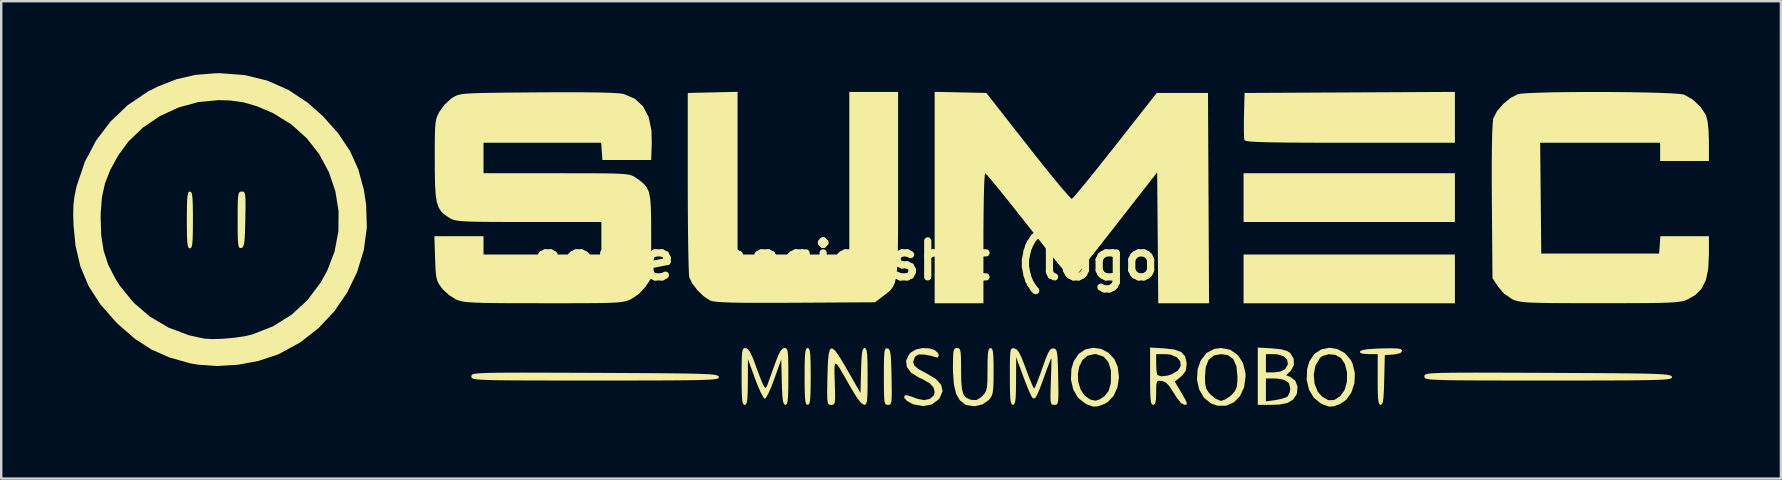
<source format=kicad_pcb>
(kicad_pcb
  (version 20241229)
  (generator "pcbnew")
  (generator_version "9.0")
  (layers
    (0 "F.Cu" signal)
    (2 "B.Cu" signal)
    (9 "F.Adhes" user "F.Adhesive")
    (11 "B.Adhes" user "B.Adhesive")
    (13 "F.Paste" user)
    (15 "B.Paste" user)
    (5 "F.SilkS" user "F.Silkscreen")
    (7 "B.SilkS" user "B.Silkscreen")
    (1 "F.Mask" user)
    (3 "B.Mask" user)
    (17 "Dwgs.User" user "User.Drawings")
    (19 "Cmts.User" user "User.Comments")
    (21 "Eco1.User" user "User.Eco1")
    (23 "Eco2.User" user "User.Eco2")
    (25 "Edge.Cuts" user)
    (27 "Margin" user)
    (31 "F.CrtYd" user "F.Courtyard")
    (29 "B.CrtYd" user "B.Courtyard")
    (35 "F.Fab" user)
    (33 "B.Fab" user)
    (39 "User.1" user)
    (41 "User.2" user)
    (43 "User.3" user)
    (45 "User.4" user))
  (footprint "some magic shit (logo)"
    (layer "F.Cu")
    (at 32.674 7.808)
    (property "Reference" "some magic shit (logo)" (at 0 0 0) (layer "F.SilkS") (effects (font (size 1.5 1.5) (thickness 0.3))))
    (attr board_only exclude_from_pos_files exclude_from_bom)
    (fp_poly (pts (xy 24.892 -2.625) (xy 24.892 -1.609) (xy 20.489 -1.609) (xy 16.087 -1.609) (xy 16.087 -2.625) (xy 16.087 -3.641) (xy 20.489 -3.641) (xy 24.892 -3.641)) (stroke (width 0) (type solid)) (fill yes) (layer "F.SilkS"))
    (fp_poly (pts (xy 24.892 0.762) (xy 24.892 1.778) (xy 20.489 1.778) (xy 16.087 1.778) (xy 16.087 0.762) (xy 16.087 -0.254) (xy 20.489 -0.254) (xy 24.892 -0.254)) (stroke (width 0) (type solid)) (fill yes) (layer "F.SilkS"))
    (fp_poly (pts (xy 24.892 -5.97) (xy 24.892 -4.911) (xy 20.529 -4.911) (xy 19.526 -4.911) (xy 18.681 -4.914) (xy 17.98 -4.918) (xy 17.413 -4.925) (xy 16.967 -4.934) (xy 16.629 -4.946) (xy 16.387 -4.961) (xy 16.231 -4.98) (xy 16.146 -5.002) (xy 16.123 -5.022) (xy 16.108 -5.148) (xy 16.1 -5.404) (xy 16.099 -5.749) (xy 16.105 -6.059) (xy 16.129 -6.985) (xy 20.511 -7.007) (xy 24.892 -7.029)) (stroke (width 0) (type solid)) (fill yes) (layer "F.SilkS"))
    (fp_poly (pts (xy -27.762 -2.855) (xy -27.726 -2.768) (xy -27.703 -2.592) (xy -27.691 -2.305) (xy -27.686 -1.881) (xy -27.686 -1.693) (xy -27.689 -1.215) (xy -27.698 -0.882) (xy -27.717 -0.67) (xy -27.747 -0.554) (xy -27.793 -0.511) (xy -27.813 -0.508) (xy -27.864 -0.532) (xy -27.9 -0.619) (xy -27.923 -0.794) (xy -27.935 -1.082) (xy -27.94 -1.506) (xy -27.94 -1.693) (xy -27.937 -2.171) (xy -27.928 -2.504) (xy -27.909 -2.717) (xy -27.879 -2.832) (xy -27.833 -2.876) (xy -27.813 -2.879)) (stroke (width 0) (type solid)) (fill yes) (layer "F.SilkS"))
    (fp_poly (pts (xy -2.023 3.664) (xy -1.987 3.752) (xy -1.965 3.927) (xy -1.952 4.214) (xy -1.948 4.638) (xy -1.947 4.826) (xy -1.95 5.304) (xy -1.959 5.637) (xy -1.978 5.849) (xy -2.009 5.965) (xy -2.054 6.009) (xy -2.074 6.011) (xy -2.126 5.988) (xy -2.161 5.9) (xy -2.184 5.725) (xy -2.196 5.438) (xy -2.201 5.014) (xy -2.201 4.826) (xy -2.199 4.348) (xy -2.189 4.015) (xy -2.171 3.803) (xy -2.14 3.687) (xy -2.094 3.643) (xy -2.074 3.641)) (stroke (width 0) (type solid)) (fill yes) (layer "F.SilkS"))
    (fp_poly (pts (xy -25.583 -2.871) (xy -25.537 -2.83) (xy -25.509 -2.73) (xy -25.496 -2.544) (xy -25.494 -2.246) (xy -25.502 -1.809) (xy -25.503 -1.716) (xy -25.515 -1.247) (xy -25.53 -0.921) (xy -25.553 -0.711) (xy -25.587 -0.593) (xy -25.635 -0.538) (xy -25.675 -0.524) (xy -25.734 -0.526) (xy -25.775 -0.574) (xy -25.801 -0.694) (xy -25.816 -0.91) (xy -25.822 -1.247) (xy -25.823 -1.687) (xy -25.822 -2.157) (xy -25.816 -2.484) (xy -25.801 -2.694) (xy -25.774 -2.812) (xy -25.731 -2.865) (xy -25.668 -2.878) (xy -25.652 -2.879)) (stroke (width 0) (type solid)) (fill yes) (layer "F.SilkS"))
    (fp_poly (pts (xy 1.309 3.685) (xy 1.352 3.761) (xy 1.381 3.911) (xy 1.4 4.161) (xy 1.414 4.538) (xy 1.421 4.848) (xy 1.429 5.312) (xy 1.429 5.632) (xy 1.419 5.836) (xy 1.393 5.95) (xy 1.35 5.999) (xy 1.286 6.011) (xy 1.272 6.011) (xy 1.205 6.003) (xy 1.157 5.961) (xy 1.127 5.859) (xy 1.11 5.671) (xy 1.103 5.371) (xy 1.101 4.934) (xy 1.101 4.82) (xy 1.102 4.348) (xy 1.109 4.021) (xy 1.125 3.814) (xy 1.152 3.701) (xy 1.194 3.657) (xy 1.249 3.657)) (stroke (width 0) (type solid)) (fill yes) (layer "F.SilkS"))
    (fp_poly (pts (xy 22.484 3.659) (xy 22.627 3.683) (xy 22.685 3.729) (xy 22.691 3.76) (xy 22.622 3.853) (xy 22.406 3.904) (xy 22.331 3.911) (xy 21.971 3.937) (xy 21.947 4.974) (xy 21.934 5.421) (xy 21.914 5.723) (xy 21.886 5.905) (xy 21.844 5.993) (xy 21.799 6.011) (xy 21.746 5.985) (xy 21.71 5.888) (xy 21.688 5.696) (xy 21.677 5.383) (xy 21.675 4.953) (xy 21.675 3.895) (xy 21.287 3.895) (xy 21.035 3.878) (xy 20.934 3.826) (xy 20.934 3.789) (xy 21.024 3.732) (xy 21.257 3.691) (xy 21.646 3.665) (xy 21.83 3.659) (xy 22.227 3.652)) (stroke (width 0) (type solid)) (fill yes) (layer "F.SilkS"))
    (fp_poly (pts (xy 19.992 3.683) (xy 20.304 3.853) (xy 20.552 4.139) (xy 20.627 4.287) (xy 20.724 4.69) (xy 20.706 5.104) (xy 20.584 5.486) (xy 20.372 5.794) (xy 20.114 5.972) (xy 19.851 6.068) (xy 19.654 6.082) (xy 19.441 6.013) (xy 19.304 5.948) (xy 19.012 5.713) (xy 18.812 5.37) (xy 18.716 4.959) (xy 18.726 4.743) (xy 19.012 4.743) (xy 19.045 5.127) (xy 19.182 5.467) (xy 19.36 5.668) (xy 19.622 5.816) (xy 19.86 5.809) (xy 20.112 5.649) (xy 20.298 5.387) (xy 20.394 5.039) (xy 20.398 4.66) (xy 20.309 4.308) (xy 20.149 4.062) (xy 19.916 3.929) (xy 19.633 3.899) (xy 19.374 3.973) (xy 19.271 4.054) (xy 19.086 4.368) (xy 19.012 4.743) (xy 18.726 4.743) (xy 18.735 4.519) (xy 18.829 4.199) (xy 19.037 3.887) (xy 19.324 3.699) (xy 19.654 3.631)) (stroke (width 0) (type solid)) (fill yes) (layer "F.SilkS"))
    (fp_poly (pts (xy 10.154 3.679) (xy 10.46 3.84) (xy 10.706 4.108) (xy 10.843 4.422) (xy 10.896 4.858) (xy 10.834 5.276) (xy 10.672 5.636) (xy 10.423 5.899) (xy 10.284 5.976) (xy 10.024 6.07) (xy 9.827 6.082) (xy 9.609 6.009) (xy 9.483 5.948) (xy 9.19 5.713) (xy 8.991 5.37) (xy 8.895 4.959) (xy 8.905 4.731) (xy 9.184 4.731) (xy 9.202 5.059) (xy 9.296 5.368) (xy 9.463 5.623) (xy 9.702 5.79) (xy 9.922 5.836) (xy 10.081 5.788) (xy 10.274 5.662) (xy 10.291 5.649) (xy 10.463 5.433) (xy 10.551 5.131) (xy 10.56 5.061) (xy 10.563 4.59) (xy 10.46 4.233) (xy 10.254 4) (xy 9.951 3.898) (xy 9.87 3.895) (xy 9.582 3.964) (xy 9.372 4.149) (xy 9.24 4.416) (xy 9.184 4.731) (xy 8.905 4.731) (xy 8.914 4.519) (xy 9.008 4.199) (xy 9.215 3.887) (xy 9.497 3.699) (xy 9.822 3.631)) (stroke (width 0) (type solid)) (fill yes) (layer "F.SilkS"))
    (fp_poly (pts (xy 15.536 3.717) (xy 15.845 3.932) (xy 16.061 4.261) (xy 16.165 4.682) (xy 16.171 4.825) (xy 16.11 5.275) (xy 15.94 5.64) (xy 15.685 5.903) (xy 15.367 6.045) (xy 15.01 6.048) (xy 14.732 5.951) (xy 14.434 5.71) (xy 14.236 5.365) (xy 14.146 4.957) (xy 14.153 4.844) (xy 14.478 4.844) (xy 14.489 5.145) (xy 14.535 5.343) (xy 14.638 5.501) (xy 14.725 5.595) (xy 14.926 5.753) (xy 15.116 5.837) (xy 15.155 5.842) (xy 15.329 5.784) (xy 15.535 5.642) (xy 15.585 5.595) (xy 15.728 5.43) (xy 15.803 5.262) (xy 15.83 5.025) (xy 15.833 4.844) (xy 15.791 4.406) (xy 15.662 4.109) (xy 15.44 3.941) (xy 15.155 3.895) (xy 14.843 3.953) (xy 14.631 4.133) (xy 14.511 4.445) (xy 14.478 4.844) (xy 14.153 4.844) (xy 14.174 4.524) (xy 14.302 4.162) (xy 14.545 3.847) (xy 14.879 3.675) (xy 15.155 3.641)) (stroke (width 0) (type solid)) (fill yes) (layer "F.SilkS"))
    (fp_poly (pts (xy -4.995 -3.643) (xy -4.995 -0.254) (xy -2.667 -0.254) (xy -0.339 -0.254) (xy -0.339 -3.641) (xy -0.339 -7.027) (xy 0.677 -7.027) (xy 1.693 -7.027) (xy 1.693 -3.154) (xy 1.693 -2.21) (xy 1.692 -1.42) (xy 1.688 -0.768) (xy 1.679 -0.24) (xy 1.662 0.181) (xy 1.636 0.51) (xy 1.598 0.762) (xy 1.546 0.953) (xy 1.478 1.098) (xy 1.392 1.213) (xy 1.286 1.313) (xy 1.158 1.413) (xy 1.051 1.493) (xy 0.733 1.736) (xy -2.576 1.755) (xy -3.459 1.759) (xy -4.188 1.759) (xy -4.777 1.756) (xy -5.24 1.748) (xy -5.593 1.735) (xy -5.85 1.717) (xy -6.025 1.694) (xy -6.133 1.665) (xy -6.14 1.662) (xy -6.403 1.49) (xy -6.672 1.228) (xy -6.892 0.936) (xy -7.005 0.697) (xy -7.019 0.566) (xy -7.031 0.283) (xy -7.042 -0.131) (xy -7.052 -0.659) (xy -7.06 -1.283) (xy -7.066 -1.983) (xy -7.069 -2.741) (xy -7.07 -3.26) (xy -7.07 -6.985) (xy -6.032 -7.009) (xy -4.995 -7.033)) (stroke (width 0) (type solid)) (fill yes) (layer "F.SilkS"))
    (fp_poly (pts (xy 2.986 3.655) (xy 3.219 3.727) (xy 3.363 3.855) (xy 3.387 3.949) (xy 3.344 4.039) (xy 3.239 4.017) (xy 3.055 3.963) (xy 2.806 3.918) (xy 2.78 3.915) (xy 2.553 3.91) (xy 2.424 3.981) (xy 2.378 4.05) (xy 2.321 4.224) (xy 2.369 4.372) (xy 2.542 4.519) (xy 2.857 4.689) (xy 2.874 4.697) (xy 3.267 4.931) (xy 3.49 5.178) (xy 3.546 5.439) (xy 3.432 5.713) (xy 3.365 5.798) (xy 3.089 5.995) (xy 2.736 6.061) (xy 2.346 5.991) (xy 2.265 5.96) (xy 2.065 5.846) (xy 1.955 5.727) (xy 1.947 5.696) (xy 1.968 5.622) (xy 2.049 5.608) (xy 2.224 5.655) (xy 2.498 5.758) (xy 2.777 5.812) (xy 3.019 5.76) (xy 3.179 5.621) (xy 3.217 5.476) (xy 3.17 5.284) (xy 3.012 5.114) (xy 2.721 4.944) (xy 2.556 4.869) (xy 2.236 4.671) (xy 2.058 4.428) (xy 2.028 4.164) (xy 2.155 3.902) (xy 2.228 3.825) (xy 2.444 3.699) (xy 2.712 3.644)) (stroke (width 0) (type solid)) (fill yes) (layer "F.SilkS"))
    (fp_poly (pts (xy 0.349 3.666) (xy 0.384 3.759) (xy 0.407 3.942) (xy 0.419 4.24) (xy 0.423 4.677) (xy 0.423 4.826) (xy 0.422 5.297) (xy 0.414 5.625) (xy 0.398 5.835) (xy 0.369 5.952) (xy 0.325 6.002) (xy 0.275 6.011) (xy 0.151 5.932) (xy -0.031 5.695) (xy -0.273 5.299) (xy -0.314 5.228) (xy -0.565 4.782) (xy -0.743 4.48) (xy -0.86 4.318) (xy -0.927 4.294) (xy -0.956 4.406) (xy -0.958 4.65) (xy -0.946 5.023) (xy -0.945 5.076) (xy -0.932 5.484) (xy -0.931 5.752) (xy -0.946 5.909) (xy -0.982 5.985) (xy -1.043 6.009) (xy -1.094 6.011) (xy -1.166 6.005) (xy -1.215 5.969) (xy -1.245 5.876) (xy -1.259 5.701) (xy -1.261 5.417) (xy -1.254 4.997) (xy -1.251 4.848) (xy -1.234 4.302) (xy -1.203 3.923) (xy -1.149 3.706) (xy -1.061 3.65) (xy -0.93 3.751) (xy -0.748 4.005) (xy -0.505 4.411) (xy -0.411 4.575) (xy 0.127 5.518) (xy 0.151 4.579) (xy 0.166 4.157) (xy 0.187 3.878) (xy 0.22 3.717) (xy 0.267 3.648) (xy 0.299 3.641)) (stroke (width 0) (type solid)) (fill yes) (layer "F.SilkS"))
    (fp_poly (pts (xy 5.602 3.667) (xy 5.639 3.763) (xy 5.661 3.955) (xy 5.671 4.269) (xy 5.673 4.61) (xy 5.67 5.036) (xy 5.658 5.328) (xy 5.63 5.524) (xy 5.582 5.659) (xy 5.506 5.769) (xy 5.482 5.798) (xy 5.216 5.988) (xy 4.885 6.068) (xy 4.558 6.023) (xy 4.487 5.992) (xy 4.266 5.819) (xy 4.113 5.554) (xy 4.021 5.175) (xy 3.982 4.66) (xy 3.979 4.466) (xy 3.982 4.087) (xy 3.993 3.845) (xy 4.02 3.711) (xy 4.069 3.653) (xy 4.146 3.641) (xy 4.149 3.641) (xy 4.223 3.652) (xy 4.272 3.704) (xy 4.3 3.827) (xy 4.314 4.051) (xy 4.318 4.405) (xy 4.318 4.556) (xy 4.325 5.024) (xy 4.355 5.353) (xy 4.416 5.569) (xy 4.518 5.702) (xy 4.673 5.779) (xy 4.758 5.803) (xy 4.958 5.81) (xy 5.142 5.699) (xy 5.203 5.642) (xy 5.299 5.535) (xy 5.362 5.421) (xy 5.398 5.262) (xy 5.414 5.02) (xy 5.419 4.657) (xy 5.419 4.534) (xy 5.423 4.127) (xy 5.437 3.862) (xy 5.465 3.711) (xy 5.512 3.648) (xy 5.546 3.641)) (stroke (width 0) (type solid)) (fill yes) (layer "F.SilkS"))
    (fp_poly (pts (xy 17.266 3.655) (xy 17.654 3.695) (xy 17.909 3.769) (xy 18.028 3.847) (xy 18.174 4.08) (xy 18.184 4.349) (xy 18.057 4.591) (xy 18.029 4.619) (xy 17.855 4.776) (xy 18.03 4.841) (xy 18.238 4.999) (xy 18.337 5.248) (xy 18.309 5.535) (xy 18.294 5.573) (xy 18.154 5.789) (xy 17.928 5.926) (xy 17.59 5.996) (xy 17.226 6.011) (xy 16.679 6.011) (xy 16.679 4.911) (xy 17.018 4.911) (xy 17.018 5.388) (xy 17.018 5.865) (xy 17.412 5.811) (xy 17.673 5.759) (xy 17.872 5.691) (xy 17.92 5.662) (xy 18.004 5.512) (xy 18.034 5.327) (xy 17.976 5.104) (xy 17.793 4.969) (xy 17.473 4.913) (xy 17.362 4.911) (xy 17.018 4.911) (xy 16.679 4.911) (xy 16.679 4.816) (xy 16.679 3.895) (xy 17.018 3.895) (xy 17.018 4.276) (xy 17.018 4.657) (xy 17.351 4.657) (xy 17.613 4.622) (xy 17.803 4.536) (xy 17.816 4.524) (xy 17.936 4.321) (xy 17.906 4.132) (xy 17.747 3.983) (xy 17.48 3.902) (xy 17.351 3.895) (xy 17.018 3.895) (xy 16.679 3.895) (xy 16.679 3.622)) (stroke (width 0) (type solid)) (fill yes) (layer "F.SilkS"))
    (fp_poly (pts (xy -13.218 4.669) (xy -12.372 4.671) (xy -11.373 4.675) (xy -10.944 4.677) (xy -9.881 4.682) (xy -8.975 4.687) (xy -8.213 4.692) (xy -7.583 4.698) (xy -7.072 4.705) (xy -6.667 4.715) (xy -6.357 4.726) (xy -6.129 4.739) (xy -5.969 4.756) (xy -5.866 4.776) (xy -5.807 4.8) (xy -5.78 4.828) (xy -5.773 4.847) (xy -5.775 4.878) (xy -5.801 4.904) (xy -5.863 4.926) (xy -5.974 4.944) (xy -6.146 4.958) (xy -6.391 4.97) (xy -6.722 4.979) (xy -7.152 4.985) (xy -7.692 4.99) (xy -8.356 4.993) (xy -9.154 4.995) (xy -10.1 4.995) (xy -10.916 4.995) (xy -11.979 4.995) (xy -12.886 4.995) (xy -13.648 4.993) (xy -14.279 4.991) (xy -14.79 4.986) (xy -15.195 4.98) (xy -15.505 4.97) (xy -15.733 4.958) (xy -15.892 4.943) (xy -15.995 4.924) (xy -16.053 4.901) (xy -16.079 4.873) (xy -16.086 4.84) (xy -16.087 4.825) (xy -16.084 4.79) (xy -16.067 4.761) (xy -16.024 4.736) (xy -15.941 4.715) (xy -15.808 4.699) (xy -15.609 4.687) (xy -15.335 4.678) (xy -14.971 4.672) (xy -14.505 4.668) (xy -13.925 4.667)) (stroke (width 0) (type solid)) (fill yes) (layer "F.SilkS"))
    (fp_poly (pts (xy 26.491 4.669) (xy 27.337 4.671) (xy 28.335 4.675) (xy 28.764 4.677) (xy 29.827 4.682) (xy 30.734 4.687) (xy 31.496 4.692) (xy 32.126 4.698) (xy 32.637 4.705) (xy 33.041 4.715) (xy 33.352 4.726) (xy 33.58 4.739) (xy 33.74 4.756) (xy 33.842 4.776) (xy 33.901 4.8) (xy 33.929 4.828) (xy 33.935 4.847) (xy 33.934 4.878) (xy 33.908 4.904) (xy 33.846 4.926) (xy 33.735 4.944) (xy 33.563 4.958) (xy 33.318 4.97) (xy 32.986 4.979) (xy 32.557 4.985) (xy 32.016 4.99) (xy 31.353 4.993) (xy 30.555 4.995) (xy 29.608 4.995) (xy 28.793 4.995) (xy 27.729 4.995) (xy 26.823 4.995) (xy 26.06 4.993) (xy 25.43 4.991) (xy 24.918 4.986) (xy 24.514 4.98) (xy 24.204 4.97) (xy 23.975 4.958) (xy 23.816 4.943) (xy 23.714 4.924) (xy 23.656 4.901) (xy 23.629 4.873) (xy 23.622 4.84) (xy 23.622 4.825) (xy 23.625 4.79) (xy 23.642 4.761) (xy 23.685 4.736) (xy 23.767 4.715) (xy 23.901 4.699) (xy 24.099 4.687) (xy 24.374 4.678) (xy 24.738 4.672) (xy 25.204 4.668) (xy 25.784 4.667)) (stroke (width 0) (type solid)) (fill yes) (layer "F.SilkS"))
    (fp_poly (pts (xy 12.778 3.655) (xy 13.205 3.705) (xy 13.489 3.809) (xy 13.651 3.983) (xy 13.713 4.242) (xy 13.716 4.325) (xy 13.68 4.586) (xy 13.542 4.778) (xy 13.468 4.841) (xy 13.22 5.038) (xy 13.508 5.524) (xy 13.656 5.783) (xy 13.722 5.93) (xy 13.713 5.996) (xy 13.637 6.011) (xy 13.633 6.011) (xy 13.48 5.932) (xy 13.289 5.691) (xy 13.186 5.524) (xy 13.003 5.239) (xy 12.851 5.08) (xy 12.699 5.014) (xy 12.674 5.011) (xy 12.548 5.004) (xy 12.48 5.045) (xy 12.452 5.172) (xy 12.446 5.423) (xy 12.446 5.498) (xy 12.436 5.795) (xy 12.402 5.955) (xy 12.336 6.01) (xy 12.319 6.011) (xy 12.268 5.988) (xy 12.232 5.901) (xy 12.21 5.726) (xy 12.197 5.44) (xy 12.192 5.017) (xy 12.192 4.816) (xy 12.192 3.895) (xy 12.446 3.895) (xy 12.446 4.304) (xy 12.457 4.555) (xy 12.484 4.729) (xy 12.502 4.77) (xy 12.664 4.823) (xy 12.924 4.79) (xy 13.095 4.736) (xy 13.354 4.58) (xy 13.469 4.388) (xy 13.449 4.193) (xy 13.305 4.025) (xy 13.047 3.917) (xy 12.821 3.895) (xy 12.446 3.895) (xy 12.192 3.895) (xy 12.192 3.622)) (stroke (width 0) (type solid)) (fill yes) (layer "F.SilkS"))
    (fp_poly (pts (xy 4.294 -7.009) (xy 5.371 -6.985) (xy 7.109 -4.766) (xy 7.527 -4.237) (xy 7.913 -3.755) (xy 8.255 -3.335) (xy 8.542 -2.992) (xy 8.759 -2.741) (xy 8.894 -2.598) (xy 8.932 -2.571) (xy 9.003 -2.64) (xy 9.165 -2.828) (xy 9.406 -3.118) (xy 9.712 -3.493) (xy 10.07 -3.939) (xy 10.468 -4.44) (xy 10.744 -4.789) (xy 12.471 -6.985) (xy 13.538 -6.985) (xy 14.605 -6.985) (xy 14.627 -2.603) (xy 14.649 1.778) (xy 13.591 1.778) (xy 12.533 1.778) (xy 12.511 -0.95) (xy 12.488 -3.678) (xy 10.804 -1.522) (xy 10.391 -0.994) (xy 10.009 -0.506) (xy 9.67 -0.075) (xy 9.388 0.283) (xy 9.176 0.55) (xy 9.048 0.71) (xy 9.017 0.747) (xy 8.97 0.755) (xy 8.887 0.704) (xy 8.758 0.582) (xy 8.574 0.378) (xy 8.324 0.082) (xy 8 -0.318) (xy 7.592 -0.832) (xy 7.154 -1.391) (xy 6.734 -1.924) (xy 6.346 -2.413) (xy 6.002 -2.84) (xy 5.715 -3.192) (xy 5.498 -3.452) (xy 5.362 -3.605) (xy 5.321 -3.641) (xy 5.304 -3.559) (xy 5.288 -3.329) (xy 5.274 -2.969) (xy 5.263 -2.5) (xy 5.255 -1.941) (xy 5.25 -1.314) (xy 5.249 -0.931) (xy 5.249 1.778) (xy 4.233 1.778) (xy 3.217 1.778) (xy 3.217 -2.627) (xy 3.217 -7.032)) (stroke (width 0) (type solid)) (fill yes) (layer "F.SilkS"))
    (fp_poly (pts (xy -2.976 3.651) (xy -2.931 3.701) (xy -2.903 3.815) (xy -2.887 4.019) (xy -2.88 4.34) (xy -2.879 4.803) (xy -2.879 4.826) (xy -2.881 5.306) (xy -2.891 5.64) (xy -2.91 5.853) (xy -2.942 5.968) (xy -2.987 6.01) (xy -3.003 6.011) (xy -3.059 5.981) (xy -3.099 5.871) (xy -3.126 5.658) (xy -3.144 5.315) (xy -3.151 5.065) (xy -3.175 4.119) (xy -3.467 4.938) (xy -3.597 5.279) (xy -3.719 5.551) (xy -3.815 5.719) (xy -3.859 5.757) (xy -3.928 5.683) (xy -4.035 5.481) (xy -4.163 5.186) (xy -4.261 4.932) (xy -4.562 4.106) (xy -4.567 5.059) (xy -4.573 5.481) (xy -4.587 5.761) (xy -4.614 5.925) (xy -4.657 5.999) (xy -4.699 6.011) (xy -4.75 5.988) (xy -4.786 5.9) (xy -4.809 5.725) (xy -4.821 5.438) (xy -4.826 5.014) (xy -4.826 4.826) (xy -4.825 4.356) (xy -4.818 4.03) (xy -4.802 3.821) (xy -4.775 3.704) (xy -4.731 3.653) (xy -4.668 3.641) (xy -4.665 3.641) (xy -4.571 3.677) (xy -4.476 3.803) (xy -4.363 4.044) (xy -4.238 4.374) (xy -4.082 4.801) (xy -3.969 5.086) (xy -3.89 5.246) (xy -3.834 5.3) (xy -3.788 5.264) (xy -3.746 5.165) (xy -3.682 4.985) (xy -3.58 4.702) (xy -3.461 4.369) (xy -3.435 4.297) (xy -3.303 3.953) (xy -3.196 3.748) (xy -3.099 3.654) (xy -3.039 3.641)) (stroke (width 0) (type solid)) (fill yes) (layer "F.SilkS"))
    (fp_poly (pts (xy 6.535 3.656) (xy 6.631 3.698) (xy 6.725 3.812) (xy 6.831 4.025) (xy 6.965 4.364) (xy 7.018 4.508) (xy 7.146 4.85) (xy 7.256 5.123) (xy 7.334 5.293) (xy 7.363 5.334) (xy 7.407 5.259) (xy 7.492 5.057) (xy 7.604 4.76) (xy 7.702 4.484) (xy 7.838 4.101) (xy 7.94 3.854) (xy 8.023 3.716) (xy 8.101 3.661) (xy 8.167 3.658) (xy 8.236 3.678) (xy 8.285 3.732) (xy 8.317 3.847) (xy 8.338 4.05) (xy 8.352 4.367) (xy 8.363 4.826) (xy 8.363 4.847) (xy 8.372 5.311) (xy 8.373 5.631) (xy 8.362 5.835) (xy 8.337 5.949) (xy 8.294 5.999) (xy 8.229 6.011) (xy 8.204 6.011) (xy 8.126 6.005) (xy 8.076 5.965) (xy 8.049 5.864) (xy 8.041 5.673) (xy 8.047 5.363) (xy 8.059 5.038) (xy 8.072 4.654) (xy 8.08 4.342) (xy 8.082 4.134) (xy 8.077 4.064) (xy 8.042 4.138) (xy 7.964 4.337) (xy 7.857 4.625) (xy 7.791 4.808) (xy 7.636 5.232) (xy 7.523 5.516) (xy 7.438 5.68) (xy 7.372 5.746) (xy 7.312 5.734) (xy 7.289 5.714) (xy 7.225 5.602) (xy 7.121 5.369) (xy 6.995 5.054) (xy 6.908 4.825) (xy 6.613 4.022) (xy 6.608 5.016) (xy 6.603 5.45) (xy 6.59 5.74) (xy 6.564 5.912) (xy 6.524 5.994) (xy 6.477 6.011) (xy 6.426 5.988) (xy 6.39 5.9) (xy 6.367 5.726) (xy 6.355 5.439) (xy 6.35 5.016) (xy 6.35 4.82) (xy 6.351 4.351) (xy 6.356 4.025) (xy 6.37 3.817) (xy 6.396 3.703) (xy 6.438 3.656) (xy 6.502 3.652)) (stroke (width 0) (type solid)) (fill yes) (layer "F.SilkS"))
    (fp_poly (pts (xy 31.567 -7.023) (xy 32.23 -7.016) (xy 32.848 -7.005) (xy 33.399 -6.99) (xy 33.858 -6.971) (xy 34.203 -6.949) (xy 34.408 -6.923) (xy 34.438 -6.915) (xy 34.787 -6.72) (xy 35.109 -6.423) (xy 35.339 -6.086) (xy 35.36 -6.038) (xy 35.42 -5.797) (xy 35.46 -5.43) (xy 35.475 -4.979) (xy 35.475 -4.956) (xy 35.475 -4.149) (xy 34.459 -4.149) (xy 33.443 -4.149) (xy 33.443 -4.53) (xy 33.443 -4.911) (xy 30.944 -4.911) (xy 28.445 -4.911) (xy 28.468 -2.603) (xy 28.49 -0.296) (xy 30.946 -0.296) (xy 33.401 -0.296) (xy 33.427 -0.656) (xy 33.453 -1.016) (xy 34.464 -1.016) (xy 35.475 -1.016) (xy 35.475 -0.251) (xy 35.446 0.348) (xy 35.349 0.812) (xy 35.173 1.166) (xy 34.907 1.433) (xy 34.586 1.619) (xy 34.489 1.658) (xy 34.374 1.691) (xy 34.225 1.716) (xy 34.025 1.736) (xy 33.756 1.751) (xy 33.401 1.762) (xy 32.942 1.768) (xy 32.363 1.772) (xy 31.645 1.774) (xy 30.946 1.774) (xy 30.105 1.774) (xy 29.416 1.772) (xy 28.861 1.768) (xy 28.424 1.76) (xy 28.086 1.75) (xy 27.831 1.734) (xy 27.64 1.713) (xy 27.498 1.686) (xy 27.385 1.653) (xy 27.289 1.613) (xy 26.934 1.371) (xy 26.697 1.092) (xy 26.458 0.732) (xy 26.432 -2.449) (xy 26.427 -3.361) (xy 26.428 -4.15) (xy 26.435 -4.808) (xy 26.447 -5.326) (xy 26.465 -5.694) (xy 26.488 -5.904) (xy 26.493 -5.928) (xy 26.645 -6.224) (xy 26.903 -6.526) (xy 27.215 -6.781) (xy 27.508 -6.931) (xy 27.674 -6.958) (xy 27.985 -6.98) (xy 28.416 -6.997) (xy 28.946 -7.011) (xy 29.549 -7.02) (xy 30.203 -7.025) (xy 30.883 -7.026)) (stroke (width 0) (type solid)) (fill yes) (layer "F.SilkS"))
    (fp_poly (pts (xy -25.529 -7.73) (xy -24.587 -7.5) (xy -23.71 -7.114) (xy -22.892 -6.571) (xy -22.267 -6.014) (xy -21.632 -5.301) (xy -21.148 -4.577) (xy -20.798 -3.808) (xy -20.566 -2.96) (xy -20.469 -2.335) (xy -20.439 -1.377) (xy -20.568 -0.435) (xy -20.845 0.473) (xy -21.259 1.33) (xy -21.799 2.117) (xy -22.455 2.815) (xy -23.215 3.407) (xy -24.069 3.874) (xy -24.177 3.921) (xy -24.959 4.18) (xy -25.81 4.339) (xy -26.673 4.392) (xy -27.494 4.334) (xy -27.813 4.276) (xy -28.664 4.035) (xy -29.412 3.705) (xy -30.099 3.262) (xy -30.769 2.683) (xy -30.905 2.549) (xy -31.546 1.816) (xy -32.031 1.062) (xy -32.371 0.258) (xy -32.578 -0.622) (xy -32.658 -1.441) (xy -32.669 -1.778) (xy -31.531 -1.778) (xy -31.505 -1.036) (xy -31.404 -0.402) (xy -31.214 0.176) (xy -30.92 0.748) (xy -30.727 1.053) (xy -30.162 1.748) (xy -29.48 2.332) (xy -28.702 2.791) (xy -27.848 3.112) (xy -27.22 3.248) (xy -26.885 3.27) (xy -26.449 3.257) (xy -25.979 3.216) (xy -25.538 3.152) (xy -25.222 3.08) (xy -24.351 2.738) (xy -23.583 2.261) (xy -22.919 1.652) (xy -22.365 0.915) (xy -22.097 0.434) (xy -21.783 -0.38) (xy -21.626 -1.218) (xy -21.618 -2.063) (xy -21.752 -2.892) (xy -22.022 -3.688) (xy -22.421 -4.429) (xy -22.942 -5.096) (xy -23.577 -5.67) (xy -24.32 -6.129) (xy -24.393 -6.165) (xy -25.011 -6.429) (xy -25.575 -6.593) (xy -26.15 -6.673) (xy -26.611 -6.687) (xy -27.459 -6.607) (xy -28.287 -6.379) (xy -29.068 -6.018) (xy -29.774 -5.539) (xy -30.379 -4.957) (xy -30.808 -4.368) (xy -31.133 -3.772) (xy -31.349 -3.22) (xy -31.475 -2.65) (xy -31.527 -1.999) (xy -31.531 -1.778) (xy -32.669 -1.778) (xy -32.674 -1.924) (xy -32.666 -2.3) (xy -32.63 -2.628) (xy -32.562 -2.971) (xy -32.523 -3.127) (xy -32.193 -4.106) (xy -31.724 -4.997) (xy -31.124 -5.791) (xy -30.405 -6.474) (xy -29.575 -7.035) (xy -29.152 -7.252) (xy -28.373 -7.556) (xy -27.589 -7.737) (xy -26.738 -7.806) (xy -26.543 -7.808)) (stroke (width 0) (type solid)) (fill yes) (layer "F.SilkS"))
    (fp_poly (pts (xy -11.464 -7.013) (xy -10.782 -7.005) (xy -10.264 -6.99) (xy -9.912 -6.968) (xy -9.737 -6.943) (xy -9.275 -6.744) (xy -8.93 -6.425) (xy -8.699 -5.985) (xy -8.582 -5.422) (xy -8.569 -4.91) (xy -8.594 -4.191) (xy -9.61 -4.191) (xy -10.626 -4.191) (xy -10.652 -4.551) (xy -10.678 -4.911) (xy -13.128 -4.911) (xy -15.579 -4.911) (xy -15.579 -4.276) (xy -15.579 -3.641) (xy -12.543 -3.641) (xy -11.746 -3.64) (xy -11.101 -3.639) (xy -10.589 -3.636) (xy -10.194 -3.629) (xy -9.896 -3.618) (xy -9.678 -3.602) (xy -9.522 -3.58) (xy -9.411 -3.55) (xy -9.326 -3.512) (xy -9.25 -3.465) (xy -9.228 -3.45) (xy -9.027 -3.308) (xy -8.874 -3.175) (xy -8.762 -3.026) (xy -8.684 -2.837) (xy -8.635 -2.582) (xy -8.608 -2.238) (xy -8.596 -1.779) (xy -8.594 -1.181) (xy -8.594 -1.025) (xy -8.594 0.732) (xy -8.821 1.076) (xy -9.105 1.389) (xy -9.419 1.598) (xy -9.519 1.644) (xy -9.623 1.681) (xy -9.748 1.71) (xy -9.914 1.733) (xy -10.136 1.75) (xy -10.432 1.762) (xy -10.82 1.77) (xy -11.318 1.774) (xy -11.942 1.776) (xy -12.711 1.776) (xy -13.087 1.776) (xy -13.928 1.775) (xy -14.617 1.773) (xy -15.172 1.768) (xy -15.609 1.761) (xy -15.947 1.749) (xy -16.202 1.733) (xy -16.392 1.712) (xy -16.534 1.685) (xy -16.646 1.652) (xy -16.731 1.616) (xy -17.008 1.443) (xy -17.267 1.207) (xy -17.324 1.138) (xy -17.433 0.984) (xy -17.506 0.837) (xy -17.55 0.655) (xy -17.576 0.397) (xy -17.593 0.022) (xy -17.597 -0.099) (xy -17.626 -1.016) (xy -16.602 -1.016) (xy -15.579 -1.016) (xy -15.579 -0.635) (xy -15.579 -0.254) (xy -13.123 -0.254) (xy -10.668 -0.254) (xy -10.668 -0.931) (xy -10.668 -1.609) (xy -13.695 -1.609) (xy -14.494 -1.609) (xy -15.141 -1.611) (xy -15.655 -1.616) (xy -16.053 -1.623) (xy -16.353 -1.635) (xy -16.574 -1.652) (xy -16.732 -1.675) (xy -16.847 -1.704) (xy -16.935 -1.742) (xy -16.998 -1.778) (xy -17.192 -1.907) (xy -17.34 -2.043) (xy -17.448 -2.211) (xy -17.524 -2.433) (xy -17.571 -2.735) (xy -17.597 -3.14) (xy -17.608 -3.671) (xy -17.61 -4.184) (xy -17.61 -4.76) (xy -17.606 -5.193) (xy -17.596 -5.511) (xy -17.577 -5.74) (xy -17.546 -5.907) (xy -17.501 -6.038) (xy -17.439 -6.161) (xy -17.4 -6.229) (xy -17.199 -6.496) (xy -16.952 -6.73) (xy -16.871 -6.787) (xy -16.787 -6.838) (xy -16.701 -6.879) (xy -16.597 -6.912) (xy -16.457 -6.938) (xy -16.263 -6.958) (xy -15.998 -6.973) (xy -15.645 -6.984) (xy -15.187 -6.992) (xy -14.605 -6.999) (xy -13.883 -7.005) (xy -13.316 -7.01) (xy -12.309 -7.015)) (stroke (width 0) (type solid)) (fill yes) (layer "F.SilkS")))
  (gr_rect
    (start -3 -3)
    (end 71.149 16.89)
    (stroke (width 0.1) (type default))
    (fill no)
    (layer "Edge.Cuts")))
</source>
